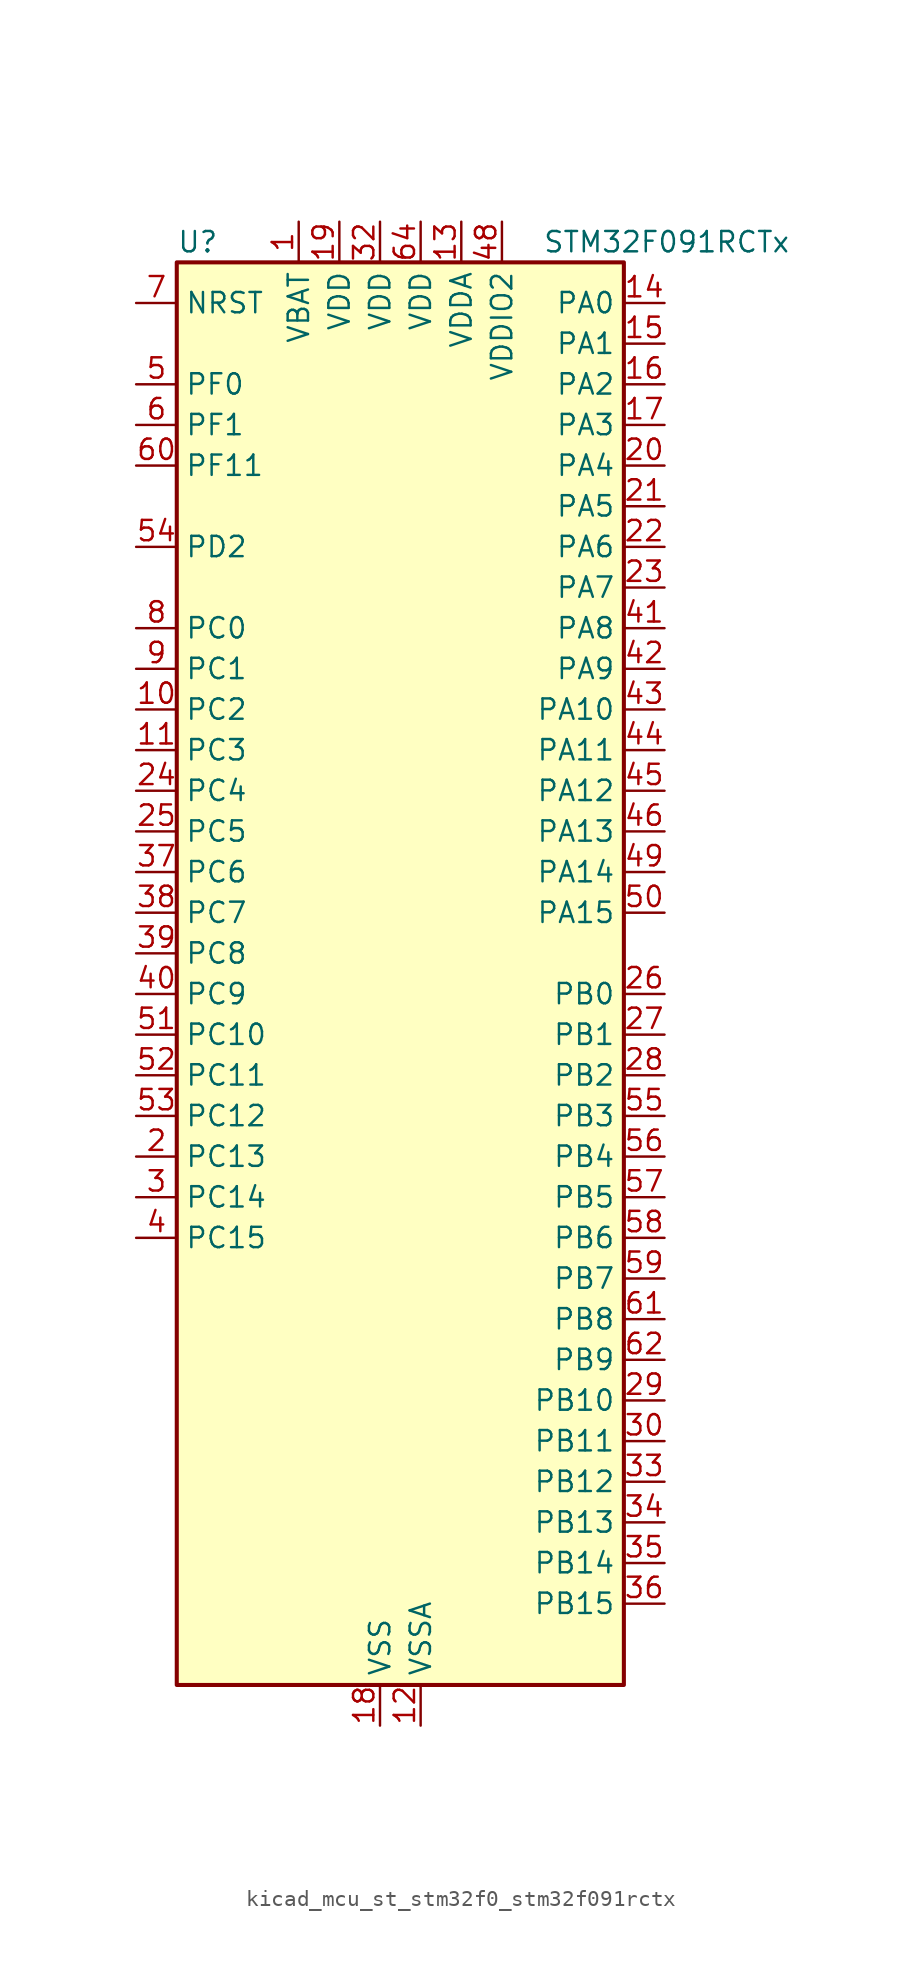
<source format=kicad_sym>
(kicad_symbol_lib
  (version 20220914)
  (generator kicad_symbol_editor)
  (symbol "kicad_mcu_st_stm32f0_stm32f091rctx"
    (property "Reference" "U"
      (at -12.7 46.99 0)
      (effects (font (size 1.27 1.27)) (justify left)))
    (property "Value" "STM32F091RCTx"
      (at 10.16 46.99 0)
      (effects (font (size 1.27 1.27)) (justify left)))
    (property "ki_locked" ""
      (at 0 0 0)
      (effects (font (size 1.27 1.27))))
    (symbol "kicad_mcu_st_stm32f0_stm32f091rctx_0_1"
      (rectangle (start -12.7 -43.18) (end 15.24 45.72) (stroke (width 0.254) (type default)) (fill (type background))))
    (symbol "kicad_mcu_st_stm32f0_stm32f091rctx_1_1"
      (pin power_in line (at -5.08 48.26 270) (length 2.54) (name "VBAT" (effects (font (size 1.27 1.27)))) (number "1" (effects (font (size 1.27 1.27)))))
      (pin bidirectional line (at -15.24 17.78 0) (length 2.54) (name "PC2" (effects (font (size 1.27 1.27)))) (number "10" (effects (font (size 1.27 1.27)))) (alternate "ADC_IN12" bidirectional line) (alternate "I2S2_MCK" bidirectional line) (alternate "SPI2_MISO" bidirectional line) (alternate "USART8_TX" bidirectional line))
      (pin bidirectional line (at -15.24 15.24 0) (length 2.54) (name "PC3" (effects (font (size 1.27 1.27)))) (number "11" (effects (font (size 1.27 1.27)))) (alternate "ADC_IN13" bidirectional line) (alternate "I2S2_SD" bidirectional line) (alternate "SPI2_MOSI" bidirectional line) (alternate "USART8_RX" bidirectional line))
      (pin power_in line (at 2.54 -45.72 90) (length 2.54) (name "VSSA" (effects (font (size 1.27 1.27)))) (number "12" (effects (font (size 1.27 1.27)))))
      (pin power_in line (at 5.08 48.26 270) (length 2.54) (name "VDDA" (effects (font (size 1.27 1.27)))) (number "13" (effects (font (size 1.27 1.27)))))
      (pin bidirectional line (at 17.78 43.18 180) (length 2.54) (name "PA0" (effects (font (size 1.27 1.27)))) (number "14" (effects (font (size 1.27 1.27)))) (alternate "ADC_IN0" bidirectional line) (alternate "COMP1_INM" bidirectional line) (alternate "COMP1_OUT" bidirectional line) (alternate "RTC_TAMP2" bidirectional line) (alternate "SYS_WKUP1" bidirectional line) (alternate "TIM2_CH1" bidirectional line) (alternate "TIM2_ETR" bidirectional line) (alternate "TSC_G1_IO1" bidirectional line) (alternate "USART2_CTS" bidirectional line) (alternate "USART4_TX" bidirectional line))
      (pin bidirectional line (at 17.78 40.64 180) (length 2.54) (name "PA1" (effects (font (size 1.27 1.27)))) (number "15" (effects (font (size 1.27 1.27)))) (alternate "ADC_IN1" bidirectional line) (alternate "COMP1_INP" bidirectional line) (alternate "TIM15_CH1N" bidirectional line) (alternate "TIM2_CH2" bidirectional line) (alternate "TSC_G1_IO2" bidirectional line) (alternate "USART2_DE" bidirectional line) (alternate "USART2_RTS" bidirectional line) (alternate "USART4_RX" bidirectional line))
      (pin bidirectional line (at 17.78 38.1 180) (length 2.54) (name "PA2" (effects (font (size 1.27 1.27)))) (number "16" (effects (font (size 1.27 1.27)))) (alternate "ADC_IN2" bidirectional line) (alternate "COMP2_INM" bidirectional line) (alternate "COMP2_OUT" bidirectional line) (alternate "SYS_WKUP4" bidirectional line) (alternate "TIM15_CH1" bidirectional line) (alternate "TIM2_CH3" bidirectional line) (alternate "TSC_G1_IO3" bidirectional line) (alternate "USART2_TX" bidirectional line))
      (pin bidirectional line (at 17.78 35.56 180) (length 2.54) (name "PA3" (effects (font (size 1.27 1.27)))) (number "17" (effects (font (size 1.27 1.27)))) (alternate "ADC_IN3" bidirectional line) (alternate "COMP2_INP" bidirectional line) (alternate "TIM15_CH2" bidirectional line) (alternate "TIM2_CH4" bidirectional line) (alternate "TSC_G1_IO4" bidirectional line) (alternate "USART2_RX" bidirectional line))
      (pin power_in line (at 0 -45.72 90) (length 2.54) (name "VSS" (effects (font (size 1.27 1.27)))) (number "18" (effects (font (size 1.27 1.27)))))
      (pin power_in line (at -2.54 48.26 270) (length 2.54) (name "VDD" (effects (font (size 1.27 1.27)))) (number "19" (effects (font (size 1.27 1.27)))))
      (pin bidirectional line (at -15.24 -10.16 0) (length 2.54) (name "PC13" (effects (font (size 1.27 1.27)))) (number "2" (effects (font (size 1.27 1.27)))) (alternate "RTC_OUT_ALARM" bidirectional line) (alternate "RTC_OUT_CALIB" bidirectional line) (alternate "RTC_TAMP1" bidirectional line) (alternate "RTC_TS" bidirectional line) (alternate "SYS_WKUP2" bidirectional line))
      (pin bidirectional line (at 17.78 33.02 180) (length 2.54) (name "PA4" (effects (font (size 1.27 1.27)))) (number "20" (effects (font (size 1.27 1.27)))) (alternate "ADC_IN4" bidirectional line) (alternate "COMP1_INM" bidirectional line) (alternate "COMP2_INM" bidirectional line) (alternate "DAC_OUT1" bidirectional line) (alternate "I2S1_WS" bidirectional line) (alternate "SPI1_NSS" bidirectional line) (alternate "TIM14_CH1" bidirectional line) (alternate "TSC_G2_IO1" bidirectional line) (alternate "USART2_CK" bidirectional line) (alternate "USART6_TX" bidirectional line))
      (pin bidirectional line (at 17.78 30.48 180) (length 2.54) (name "PA5" (effects (font (size 1.27 1.27)))) (number "21" (effects (font (size 1.27 1.27)))) (alternate "ADC_IN5" bidirectional line) (alternate "CEC" bidirectional line) (alternate "COMP1_INM" bidirectional line) (alternate "COMP2_INM" bidirectional line) (alternate "DAC_OUT2" bidirectional line) (alternate "I2S1_CK" bidirectional line) (alternate "SPI1_SCK" bidirectional line) (alternate "TIM2_CH1" bidirectional line) (alternate "TIM2_ETR" bidirectional line) (alternate "TSC_G2_IO2" bidirectional line) (alternate "USART6_RX" bidirectional line))
      (pin bidirectional line (at 17.78 27.94 180) (length 2.54) (name "PA6" (effects (font (size 1.27 1.27)))) (number "22" (effects (font (size 1.27 1.27)))) (alternate "ADC_IN6" bidirectional line) (alternate "COMP1_OUT" bidirectional line) (alternate "I2S1_MCK" bidirectional line) (alternate "SPI1_MISO" bidirectional line) (alternate "TIM16_CH1" bidirectional line) (alternate "TIM1_BKIN" bidirectional line) (alternate "TIM3_CH1" bidirectional line) (alternate "TSC_G2_IO3" bidirectional line) (alternate "USART3_CTS" bidirectional line))
      (pin bidirectional line (at 17.78 25.4 180) (length 2.54) (name "PA7" (effects (font (size 1.27 1.27)))) (number "23" (effects (font (size 1.27 1.27)))) (alternate "ADC_IN7" bidirectional line) (alternate "COMP2_OUT" bidirectional line) (alternate "I2S1_SD" bidirectional line) (alternate "SPI1_MOSI" bidirectional line) (alternate "TIM14_CH1" bidirectional line) (alternate "TIM17_CH1" bidirectional line) (alternate "TIM1_CH1N" bidirectional line) (alternate "TIM3_CH2" bidirectional line) (alternate "TSC_G2_IO4" bidirectional line))
      (pin bidirectional line (at -15.24 12.7 0) (length 2.54) (name "PC4" (effects (font (size 1.27 1.27)))) (number "24" (effects (font (size 1.27 1.27)))) (alternate "ADC_IN14" bidirectional line) (alternate "USART3_TX" bidirectional line))
      (pin bidirectional line (at -15.24 10.16 0) (length 2.54) (name "PC5" (effects (font (size 1.27 1.27)))) (number "25" (effects (font (size 1.27 1.27)))) (alternate "ADC_IN15" bidirectional line) (alternate "SYS_WKUP5" bidirectional line) (alternate "TSC_G3_IO1" bidirectional line) (alternate "USART3_RX" bidirectional line))
      (pin bidirectional line (at 17.78 0 180) (length 2.54) (name "PB0" (effects (font (size 1.27 1.27)))) (number "26" (effects (font (size 1.27 1.27)))) (alternate "ADC_IN8" bidirectional line) (alternate "TIM1_CH2N" bidirectional line) (alternate "TIM3_CH3" bidirectional line) (alternate "TSC_G3_IO2" bidirectional line) (alternate "USART3_CK" bidirectional line))
      (pin bidirectional line (at 17.78 -2.54 180) (length 2.54) (name "PB1" (effects (font (size 1.27 1.27)))) (number "27" (effects (font (size 1.27 1.27)))) (alternate "ADC_IN9" bidirectional line) (alternate "TIM14_CH1" bidirectional line) (alternate "TIM1_CH3N" bidirectional line) (alternate "TIM3_CH4" bidirectional line) (alternate "TSC_G3_IO3" bidirectional line) (alternate "USART3_DE" bidirectional line) (alternate "USART3_RTS" bidirectional line))
      (pin bidirectional line (at 17.78 -5.08 180) (length 2.54) (name "PB2" (effects (font (size 1.27 1.27)))) (number "28" (effects (font (size 1.27 1.27)))) (alternate "TSC_G3_IO4" bidirectional line))
      (pin bidirectional line (at 17.78 -25.4 180) (length 2.54) (name "PB10" (effects (font (size 1.27 1.27)))) (number "29" (effects (font (size 1.27 1.27)))) (alternate "CEC" bidirectional line) (alternate "I2C2_SCL" bidirectional line) (alternate "I2S2_CK" bidirectional line) (alternate "SPI2_SCK" bidirectional line) (alternate "TIM2_CH3" bidirectional line) (alternate "TSC_SYNC" bidirectional line) (alternate "USART3_TX" bidirectional line))
      (pin bidirectional line (at -15.24 -12.7 0) (length 2.54) (name "PC14" (effects (font (size 1.27 1.27)))) (number "3" (effects (font (size 1.27 1.27)))) (alternate "RCC_OSC32_IN" bidirectional line))
      (pin bidirectional line (at 17.78 -27.94 180) (length 2.54) (name "PB11" (effects (font (size 1.27 1.27)))) (number "30" (effects (font (size 1.27 1.27)))) (alternate "I2C2_SDA" bidirectional line) (alternate "TIM2_CH4" bidirectional line) (alternate "TSC_G6_IO1" bidirectional line) (alternate "USART3_RX" bidirectional line))
      (pin passive line (at 0 -45.72 90) (length 2.54) hide (name "VSS" (effects (font (size 1.27 1.27)))) (number "31" (effects (font (size 1.27 1.27)))))
      (pin power_in line (at 0 48.26 270) (length 2.54) (name "VDD" (effects (font (size 1.27 1.27)))) (number "32" (effects (font (size 1.27 1.27)))))
      (pin bidirectional line (at 17.78 -30.48 180) (length 2.54) (name "PB12" (effects (font (size 1.27 1.27)))) (number "33" (effects (font (size 1.27 1.27)))) (alternate "I2S2_WS" bidirectional line) (alternate "SPI2_NSS" bidirectional line) (alternate "TIM15_BKIN" bidirectional line) (alternate "TIM1_BKIN" bidirectional line) (alternate "TSC_G6_IO2" bidirectional line) (alternate "USART3_CK" bidirectional line))
      (pin bidirectional line (at 17.78 -33.02 180) (length 2.54) (name "PB13" (effects (font (size 1.27 1.27)))) (number "34" (effects (font (size 1.27 1.27)))) (alternate "I2C2_SCL" bidirectional line) (alternate "I2S2_CK" bidirectional line) (alternate "SPI2_SCK" bidirectional line) (alternate "TIM1_CH1N" bidirectional line) (alternate "TSC_G6_IO3" bidirectional line) (alternate "USART3_CTS" bidirectional line))
      (pin bidirectional line (at 17.78 -35.56 180) (length 2.54) (name "PB14" (effects (font (size 1.27 1.27)))) (number "35" (effects (font (size 1.27 1.27)))) (alternate "I2C2_SDA" bidirectional line) (alternate "I2S2_MCK" bidirectional line) (alternate "SPI2_MISO" bidirectional line) (alternate "TIM15_CH1" bidirectional line) (alternate "TIM1_CH2N" bidirectional line) (alternate "TSC_G6_IO4" bidirectional line) (alternate "USART3_DE" bidirectional line) (alternate "USART3_RTS" bidirectional line))
      (pin bidirectional line (at 17.78 -38.1 180) (length 2.54) (name "PB15" (effects (font (size 1.27 1.27)))) (number "36" (effects (font (size 1.27 1.27)))) (alternate "I2S2_SD" bidirectional line) (alternate "RTC_REFIN" bidirectional line) (alternate "SPI2_MOSI" bidirectional line) (alternate "SYS_WKUP7" bidirectional line) (alternate "TIM15_CH1N" bidirectional line) (alternate "TIM15_CH2" bidirectional line) (alternate "TIM1_CH3N" bidirectional line))
      (pin bidirectional line (at -15.24 7.62 0) (length 2.54) (name "PC6" (effects (font (size 1.27 1.27)))) (number "37" (effects (font (size 1.27 1.27)))) (alternate "TIM3_CH1" bidirectional line) (alternate "USART7_TX" bidirectional line))
      (pin bidirectional line (at -15.24 5.08 0) (length 2.54) (name "PC7" (effects (font (size 1.27 1.27)))) (number "38" (effects (font (size 1.27 1.27)))) (alternate "TIM3_CH2" bidirectional line) (alternate "USART7_RX" bidirectional line))
      (pin bidirectional line (at -15.24 2.54 0) (length 2.54) (name "PC8" (effects (font (size 1.27 1.27)))) (number "39" (effects (font (size 1.27 1.27)))) (alternate "TIM3_CH3" bidirectional line) (alternate "USART8_TX" bidirectional line))
      (pin bidirectional line (at -15.24 -15.24 0) (length 2.54) (name "PC15" (effects (font (size 1.27 1.27)))) (number "4" (effects (font (size 1.27 1.27)))) (alternate "RCC_OSC32_OUT" bidirectional line))
      (pin bidirectional line (at -15.24 0 0) (length 2.54) (name "PC9" (effects (font (size 1.27 1.27)))) (number "40" (effects (font (size 1.27 1.27)))) (alternate "DAC_EXTI9" bidirectional line) (alternate "TIM3_CH4" bidirectional line) (alternate "USART8_RX" bidirectional line))
      (pin bidirectional line (at 17.78 22.86 180) (length 2.54) (name "PA8" (effects (font (size 1.27 1.27)))) (number "41" (effects (font (size 1.27 1.27)))) (alternate "CRS_SYNC" bidirectional line) (alternate "RCC_MCO" bidirectional line) (alternate "TIM1_CH1" bidirectional line) (alternate "USART1_CK" bidirectional line))
      (pin bidirectional line (at 17.78 20.32 180) (length 2.54) (name "PA9" (effects (font (size 1.27 1.27)))) (number "42" (effects (font (size 1.27 1.27)))) (alternate "DAC_EXTI9" bidirectional line) (alternate "I2C1_SCL" bidirectional line) (alternate "RCC_MCO" bidirectional line) (alternate "TIM15_BKIN" bidirectional line) (alternate "TIM1_CH2" bidirectional line) (alternate "TSC_G4_IO1" bidirectional line) (alternate "USART1_TX" bidirectional line))
      (pin bidirectional line (at 17.78 17.78 180) (length 2.54) (name "PA10" (effects (font (size 1.27 1.27)))) (number "43" (effects (font (size 1.27 1.27)))) (alternate "I2C1_SDA" bidirectional line) (alternate "TIM17_BKIN" bidirectional line) (alternate "TIM1_CH3" bidirectional line) (alternate "TSC_G4_IO2" bidirectional line) (alternate "USART1_RX" bidirectional line))
      (pin bidirectional line (at 17.78 15.24 180) (length 2.54) (name "PA11" (effects (font (size 1.27 1.27)))) (number "44" (effects (font (size 1.27 1.27)))) (alternate "CAN_RX" bidirectional line) (alternate "COMP1_OUT" bidirectional line) (alternate "I2C2_SCL" bidirectional line) (alternate "TIM1_CH4" bidirectional line) (alternate "TSC_G4_IO3" bidirectional line) (alternate "USART1_CTS" bidirectional line))
      (pin bidirectional line (at 17.78 12.7 180) (length 2.54) (name "PA12" (effects (font (size 1.27 1.27)))) (number "45" (effects (font (size 1.27 1.27)))) (alternate "CAN_TX" bidirectional line) (alternate "COMP2_OUT" bidirectional line) (alternate "I2C2_SDA" bidirectional line) (alternate "TIM1_ETR" bidirectional line) (alternate "TSC_G4_IO4" bidirectional line) (alternate "USART1_DE" bidirectional line) (alternate "USART1_RTS" bidirectional line))
      (pin bidirectional line (at 17.78 10.16 180) (length 2.54) (name "PA13" (effects (font (size 1.27 1.27)))) (number "46" (effects (font (size 1.27 1.27)))) (alternate "IR_OUT" bidirectional line) (alternate "SYS_SWDIO" bidirectional line))
      (pin passive line (at 0 -45.72 90) (length 2.54) hide (name "VSS" (effects (font (size 1.27 1.27)))) (number "47" (effects (font (size 1.27 1.27)))))
      (pin power_in line (at 7.62 48.26 270) (length 2.54) (name "VDDIO2" (effects (font (size 1.27 1.27)))) (number "48" (effects (font (size 1.27 1.27)))))
      (pin bidirectional line (at 17.78 7.62 180) (length 2.54) (name "PA14" (effects (font (size 1.27 1.27)))) (number "49" (effects (font (size 1.27 1.27)))) (alternate "SYS_SWCLK" bidirectional line) (alternate "USART2_TX" bidirectional line))
      (pin bidirectional line (at -15.24 38.1 0) (length 2.54) (name "PF0" (effects (font (size 1.27 1.27)))) (number "5" (effects (font (size 1.27 1.27)))) (alternate "CRS_SYNC" bidirectional line) (alternate "I2C1_SDA" bidirectional line) (alternate "RCC_OSC_IN" bidirectional line))
      (pin bidirectional line (at 17.78 5.08 180) (length 2.54) (name "PA15" (effects (font (size 1.27 1.27)))) (number "50" (effects (font (size 1.27 1.27)))) (alternate "I2S1_WS" bidirectional line) (alternate "SPI1_NSS" bidirectional line) (alternate "TIM2_CH1" bidirectional line) (alternate "TIM2_ETR" bidirectional line) (alternate "USART2_RX" bidirectional line) (alternate "USART4_DE" bidirectional line) (alternate "USART4_RTS" bidirectional line))
      (pin bidirectional line (at -15.24 -2.54 0) (length 2.54) (name "PC10" (effects (font (size 1.27 1.27)))) (number "51" (effects (font (size 1.27 1.27)))) (alternate "USART3_TX" bidirectional line) (alternate "USART4_TX" bidirectional line))
      (pin bidirectional line (at -15.24 -5.08 0) (length 2.54) (name "PC11" (effects (font (size 1.27 1.27)))) (number "52" (effects (font (size 1.27 1.27)))) (alternate "USART3_RX" bidirectional line) (alternate "USART4_RX" bidirectional line))
      (pin bidirectional line (at -15.24 -7.62 0) (length 2.54) (name "PC12" (effects (font (size 1.27 1.27)))) (number "53" (effects (font (size 1.27 1.27)))) (alternate "USART3_CK" bidirectional line) (alternate "USART4_CK" bidirectional line) (alternate "USART5_TX" bidirectional line))
      (pin bidirectional line (at -15.24 27.94 0) (length 2.54) (name "PD2" (effects (font (size 1.27 1.27)))) (number "54" (effects (font (size 1.27 1.27)))) (alternate "TIM3_ETR" bidirectional line) (alternate "USART3_DE" bidirectional line) (alternate "USART3_RTS" bidirectional line) (alternate "USART5_RX" bidirectional line))
      (pin bidirectional line (at 17.78 -7.62 180) (length 2.54) (name "PB3" (effects (font (size 1.27 1.27)))) (number "55" (effects (font (size 1.27 1.27)))) (alternate "I2S1_CK" bidirectional line) (alternate "SPI1_SCK" bidirectional line) (alternate "TIM2_CH2" bidirectional line) (alternate "TSC_G5_IO1" bidirectional line) (alternate "USART5_TX" bidirectional line))
      (pin bidirectional line (at 17.78 -10.16 180) (length 2.54) (name "PB4" (effects (font (size 1.27 1.27)))) (number "56" (effects (font (size 1.27 1.27)))) (alternate "I2S1_MCK" bidirectional line) (alternate "SPI1_MISO" bidirectional line) (alternate "TIM17_BKIN" bidirectional line) (alternate "TIM3_CH1" bidirectional line) (alternate "TSC_G5_IO2" bidirectional line) (alternate "USART5_RX" bidirectional line))
      (pin bidirectional line (at 17.78 -12.7 180) (length 2.54) (name "PB5" (effects (font (size 1.27 1.27)))) (number "57" (effects (font (size 1.27 1.27)))) (alternate "I2C1_SMBA" bidirectional line) (alternate "I2S1_SD" bidirectional line) (alternate "SPI1_MOSI" bidirectional line) (alternate "SYS_WKUP6" bidirectional line) (alternate "TIM16_BKIN" bidirectional line) (alternate "TIM3_CH2" bidirectional line) (alternate "USART5_CK" bidirectional line) (alternate "USART5_DE" bidirectional line) (alternate "USART5_RTS" bidirectional line))
      (pin bidirectional line (at 17.78 -15.24 180) (length 2.54) (name "PB6" (effects (font (size 1.27 1.27)))) (number "58" (effects (font (size 1.27 1.27)))) (alternate "I2C1_SCL" bidirectional line) (alternate "TIM16_CH1N" bidirectional line) (alternate "TSC_G5_IO3" bidirectional line) (alternate "USART1_TX" bidirectional line))
      (pin bidirectional line (at 17.78 -17.78 180) (length 2.54) (name "PB7" (effects (font (size 1.27 1.27)))) (number "59" (effects (font (size 1.27 1.27)))) (alternate "I2C1_SDA" bidirectional line) (alternate "TIM17_CH1N" bidirectional line) (alternate "TSC_G5_IO4" bidirectional line) (alternate "USART1_RX" bidirectional line) (alternate "USART4_CTS" bidirectional line))
      (pin bidirectional line (at -15.24 35.56 0) (length 2.54) (name "PF1" (effects (font (size 1.27 1.27)))) (number "6" (effects (font (size 1.27 1.27)))) (alternate "I2C1_SCL" bidirectional line) (alternate "RCC_OSC_OUT" bidirectional line))
      (pin bidirectional line (at -15.24 33.02 0) (length 2.54) (name "PF11" (effects (font (size 1.27 1.27)))) (number "60" (effects (font (size 1.27 1.27)))))
      (pin bidirectional line (at 17.78 -20.32 180) (length 2.54) (name "PB8" (effects (font (size 1.27 1.27)))) (number "61" (effects (font (size 1.27 1.27)))) (alternate "CAN_RX" bidirectional line) (alternate "CEC" bidirectional line) (alternate "I2C1_SCL" bidirectional line) (alternate "TIM16_CH1" bidirectional line) (alternate "TSC_SYNC" bidirectional line))
      (pin bidirectional line (at 17.78 -22.86 180) (length 2.54) (name "PB9" (effects (font (size 1.27 1.27)))) (number "62" (effects (font (size 1.27 1.27)))) (alternate "CAN_TX" bidirectional line) (alternate "DAC_EXTI9" bidirectional line) (alternate "I2C1_SDA" bidirectional line) (alternate "I2S2_WS" bidirectional line) (alternate "IR_OUT" bidirectional line) (alternate "SPI2_NSS" bidirectional line) (alternate "TIM17_CH1" bidirectional line))
      (pin passive line (at 0 -45.72 90) (length 2.54) hide (name "VSS" (effects (font (size 1.27 1.27)))) (number "63" (effects (font (size 1.27 1.27)))))
      (pin power_in line (at 2.54 48.26 270) (length 2.54) (name "VDD" (effects (font (size 1.27 1.27)))) (number "64" (effects (font (size 1.27 1.27)))))
      (pin input line (at -15.24 43.18 0) (length 2.54) (name "NRST" (effects (font (size 1.27 1.27)))) (number "7" (effects (font (size 1.27 1.27)))))
      (pin bidirectional line (at -15.24 22.86 0) (length 2.54) (name "PC0" (effects (font (size 1.27 1.27)))) (number "8" (effects (font (size 1.27 1.27)))) (alternate "ADC_IN10" bidirectional line) (alternate "USART6_TX" bidirectional line) (alternate "USART7_TX" bidirectional line))
      (pin bidirectional line (at -15.24 20.32 0) (length 2.54) (name "PC1" (effects (font (size 1.27 1.27)))) (number "9" (effects (font (size 1.27 1.27)))) (alternate "ADC_IN11" bidirectional line) (alternate "USART6_RX" bidirectional line) (alternate "USART7_RX" bidirectional line)))))
</source>
